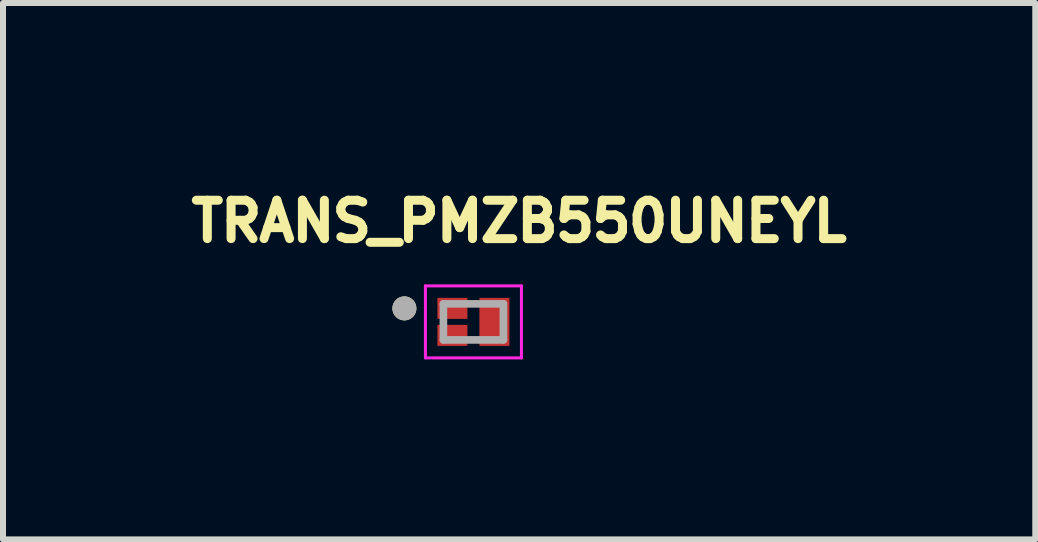
<source format=kicad_pcb>
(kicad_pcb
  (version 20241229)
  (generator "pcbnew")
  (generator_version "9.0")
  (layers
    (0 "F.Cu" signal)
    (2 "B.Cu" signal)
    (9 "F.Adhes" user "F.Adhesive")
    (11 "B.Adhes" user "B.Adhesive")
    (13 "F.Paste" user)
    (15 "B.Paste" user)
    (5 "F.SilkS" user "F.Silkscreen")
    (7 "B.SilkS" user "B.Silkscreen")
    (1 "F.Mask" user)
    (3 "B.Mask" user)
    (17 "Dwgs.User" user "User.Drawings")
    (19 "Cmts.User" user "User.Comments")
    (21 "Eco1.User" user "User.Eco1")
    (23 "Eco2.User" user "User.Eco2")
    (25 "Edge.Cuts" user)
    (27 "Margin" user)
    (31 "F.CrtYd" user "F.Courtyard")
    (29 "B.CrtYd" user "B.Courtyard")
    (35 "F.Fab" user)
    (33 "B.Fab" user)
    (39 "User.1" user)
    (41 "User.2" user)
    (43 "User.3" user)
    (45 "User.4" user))
  (footprint "TRANS_PMZB550UNEYL"
    (layer "F.Cu")
    (at 4.839 2.314)
    (property "Reference" "TRANS_PMZB550UNEYL" (at 0.762 -1.676 0) (layer "F.SilkS") (effects (font (size 0.64 0.64) (thickness 0.15))))
    (attr smd)
    (fp_poly (pts (xy -0.15 -0.3) (xy -0.15 -0.15) (xy -0.15 -0.147) (xy -0.15 -0.145) (xy -0.151 -0.142) (xy -0.151 -0.14) (xy -0.152 -0.137) (xy -0.152 -0.135) (xy -0.153 -0.132) (xy -0.154 -0.13) (xy -0.155 -0.127) (xy -0.157 -0.125) (xy -0.158 -0.123) (xy -0.16 -0.121) (xy -0.161 -0.119) (xy -0.163 -0.117) (xy -0.165 -0.115) (xy -0.167 -0.113) (xy -0.169 -0.111) (xy -0.171 -0.11) (xy -0.173 -0.108) (xy -0.175 -0.107) (xy -0.177 -0.105) (xy -0.18 -0.104) (xy -0.182 -0.103) (xy -0.185 -0.102) (xy -0.187 -0.102) (xy -0.19 -0.101) (xy -0.192 -0.101) (xy -0.195 -0.1) (xy -0.197 -0.1) (xy -0.2 -0.1) (xy -0.5 -0.1) (xy -0.503 -0.1) (xy -0.505 -0.1) (xy -0.508 -0.101) (xy -0.51 -0.101) (xy -0.513 -0.102) (xy -0.515 -0.102) (xy -0.518 -0.103) (xy -0.52 -0.104) (xy -0.523 -0.105) (xy -0.525 -0.107) (xy -0.527 -0.108) (xy -0.529 -0.11) (xy -0.531 -0.111) (xy -0.533 -0.113) (xy -0.535 -0.115) (xy -0.537 -0.117) (xy -0.539 -0.119) (xy -0.54 -0.121) (xy -0.542 -0.123) (xy -0.543 -0.125) (xy -0.545 -0.127) (xy -0.546 -0.13) (xy -0.547 -0.132) (xy -0.548 -0.135) (xy -0.548 -0.137) (xy -0.549 -0.14) (xy -0.549 -0.142) (xy -0.55 -0.145) (xy -0.55 -0.147) (xy -0.55 -0.15) (xy -0.55 -0.3) (xy -0.55 -0.303) (xy -0.55 -0.305) (xy -0.549 -0.308) (xy -0.549 -0.31) (xy -0.548 -0.313) (xy -0.548 -0.315) (xy -0.547 -0.318) (xy -0.546 -0.32) (xy -0.545 -0.323) (xy -0.543 -0.325) (xy -0.542 -0.327) (xy -0.54 -0.329) (xy -0.539 -0.331) (xy -0.537 -0.333) (xy -0.535 -0.335) (xy -0.533 -0.337) (xy -0.531 -0.339) (xy -0.529 -0.34) (xy -0.527 -0.342) (xy -0.525 -0.343) (xy -0.523 -0.345) (xy -0.52 -0.346) (xy -0.518 -0.347) (xy -0.515 -0.348) (xy -0.513 -0.348) (xy -0.51 -0.349) (xy -0.508 -0.349) (xy -0.505 -0.35) (xy -0.503 -0.35) (xy -0.5 -0.35) (xy -0.2 -0.35) (xy -0.197 -0.35) (xy -0.195 -0.35) (xy -0.192 -0.349) (xy -0.19 -0.349) (xy -0.187 -0.348) (xy -0.185 -0.348) (xy -0.182 -0.347) (xy -0.18 -0.346) (xy -0.177 -0.345) (xy -0.175 -0.343) (xy -0.173 -0.342) (xy -0.171 -0.34) (xy -0.169 -0.339) (xy -0.167 -0.337) (xy -0.165 -0.335) (xy -0.163 -0.333) (xy -0.161 -0.331) (xy -0.16 -0.329) (xy -0.158 -0.327) (xy -0.157 -0.325) (xy -0.155 -0.323) (xy -0.154 -0.32) (xy -0.153 -0.318) (xy -0.152 -0.315) (xy -0.152 -0.313) (xy -0.151 -0.31) (xy -0.151 -0.308) (xy -0.15 -0.305) (xy -0.15 -0.303) (xy -0.15 -0.3)) (stroke (width 0.01) (type solid)) (fill yes) (layer "F.Mask"))
    (fp_poly (pts (xy -0.15 0.15) (xy -0.15 0.3) (xy -0.15 0.303) (xy -0.15 0.305) (xy -0.151 0.308) (xy -0.151 0.31) (xy -0.152 0.313) (xy -0.152 0.315) (xy -0.153 0.318) (xy -0.154 0.32) (xy -0.155 0.323) (xy -0.157 0.325) (xy -0.158 0.327) (xy -0.16 0.329) (xy -0.161 0.331) (xy -0.163 0.333) (xy -0.165 0.335) (xy -0.167 0.337) (xy -0.169 0.339) (xy -0.171 0.34) (xy -0.173 0.342) (xy -0.175 0.343) (xy -0.177 0.345) (xy -0.18 0.346) (xy -0.182 0.347) (xy -0.185 0.348) (xy -0.187 0.348) (xy -0.19 0.349) (xy -0.192 0.349) (xy -0.195 0.35) (xy -0.197 0.35) (xy -0.2 0.35) (xy -0.5 0.35) (xy -0.503 0.35) (xy -0.505 0.35) (xy -0.508 0.349) (xy -0.51 0.349) (xy -0.513 0.348) (xy -0.515 0.348) (xy -0.518 0.347) (xy -0.52 0.346) (xy -0.523 0.345) (xy -0.525 0.343) (xy -0.527 0.342) (xy -0.529 0.34) (xy -0.531 0.339) (xy -0.533 0.337) (xy -0.535 0.335) (xy -0.537 0.333) (xy -0.539 0.331) (xy -0.54 0.329) (xy -0.542 0.327) (xy -0.543 0.325) (xy -0.545 0.323) (xy -0.546 0.32) (xy -0.547 0.318) (xy -0.548 0.315) (xy -0.548 0.313) (xy -0.549 0.31) (xy -0.549 0.308) (xy -0.55 0.305) (xy -0.55 0.303) (xy -0.55 0.3) (xy -0.55 0.15) (xy -0.55 0.147) (xy -0.55 0.145) (xy -0.549 0.142) (xy -0.549 0.14) (xy -0.548 0.137) (xy -0.548 0.135) (xy -0.547 0.132) (xy -0.546 0.13) (xy -0.545 0.127) (xy -0.543 0.125) (xy -0.542 0.123) (xy -0.54 0.121) (xy -0.539 0.119) (xy -0.537 0.117) (xy -0.535 0.115) (xy -0.533 0.113) (xy -0.531 0.111) (xy -0.529 0.11) (xy -0.527 0.108) (xy -0.525 0.107) (xy -0.523 0.105) (xy -0.52 0.104) (xy -0.518 0.103) (xy -0.515 0.102) (xy -0.513 0.102) (xy -0.51 0.101) (xy -0.508 0.101) (xy -0.505 0.1) (xy -0.503 0.1) (xy -0.5 0.1) (xy -0.2 0.1) (xy -0.197 0.1) (xy -0.195 0.1) (xy -0.192 0.101) (xy -0.19 0.101) (xy -0.187 0.102) (xy -0.185 0.102) (xy -0.182 0.103) (xy -0.18 0.104) (xy -0.177 0.105) (xy -0.175 0.107) (xy -0.173 0.108) (xy -0.171 0.11) (xy -0.169 0.111) (xy -0.167 0.113) (xy -0.165 0.115) (xy -0.163 0.117) (xy -0.161 0.119) (xy -0.16 0.121) (xy -0.158 0.123) (xy -0.157 0.125) (xy -0.155 0.127) (xy -0.154 0.13) (xy -0.153 0.132) (xy -0.152 0.135) (xy -0.152 0.137) (xy -0.151 0.14) (xy -0.151 0.142) (xy -0.15 0.145) (xy -0.15 0.147) (xy -0.15 0.15)) (stroke (width 0.01) (type solid)) (fill yes) (layer "F.Mask"))
    (fp_poly (pts (xy 0.5 0.35) (xy 0.2 0.35) (xy 0.197 0.35) (xy 0.195 0.35) (xy 0.192 0.349) (xy 0.19 0.349) (xy 0.187 0.348) (xy 0.185 0.348) (xy 0.182 0.347) (xy 0.18 0.346) (xy 0.177 0.345) (xy 0.175 0.343) (xy 0.173 0.342) (xy 0.171 0.34) (xy 0.169 0.339) (xy 0.167 0.337) (xy 0.165 0.335) (xy 0.163 0.333) (xy 0.161 0.331) (xy 0.16 0.329) (xy 0.158 0.327) (xy 0.157 0.325) (xy 0.155 0.323) (xy 0.154 0.32) (xy 0.153 0.318) (xy 0.152 0.315) (xy 0.152 0.313) (xy 0.151 0.31) (xy 0.151 0.308) (xy 0.15 0.305) (xy 0.15 0.303) (xy 0.15 0.3) (xy 0.15 -0.3) (xy 0.15 -0.303) (xy 0.15 -0.305) (xy 0.151 -0.308) (xy 0.151 -0.31) (xy 0.152 -0.313) (xy 0.152 -0.315) (xy 0.153 -0.318) (xy 0.154 -0.32) (xy 0.155 -0.323) (xy 0.157 -0.325) (xy 0.158 -0.327) (xy 0.16 -0.329) (xy 0.161 -0.331) (xy 0.163 -0.333) (xy 0.165 -0.335) (xy 0.167 -0.337) (xy 0.169 -0.339) (xy 0.171 -0.34) (xy 0.173 -0.342) (xy 0.175 -0.343) (xy 0.177 -0.345) (xy 0.18 -0.346) (xy 0.182 -0.347) (xy 0.185 -0.348) (xy 0.187 -0.348) (xy 0.19 -0.349) (xy 0.192 -0.349) (xy 0.195 -0.35) (xy 0.197 -0.35) (xy 0.2 -0.35) (xy 0.5 -0.35) (xy 0.503 -0.35) (xy 0.505 -0.35) (xy 0.508 -0.349) (xy 0.51 -0.349) (xy 0.513 -0.348) (xy 0.515 -0.348) (xy 0.518 -0.347) (xy 0.52 -0.346) (xy 0.523 -0.345) (xy 0.525 -0.343) (xy 0.527 -0.342) (xy 0.529 -0.34) (xy 0.531 -0.339) (xy 0.533 -0.337) (xy 0.535 -0.335) (xy 0.537 -0.333) (xy 0.539 -0.331) (xy 0.54 -0.329) (xy 0.542 -0.327) (xy 0.543 -0.325) (xy 0.545 -0.323) (xy 0.546 -0.32) (xy 0.547 -0.318) (xy 0.548 -0.315) (xy 0.548 -0.313) (xy 0.549 -0.31) (xy 0.549 -0.308) (xy 0.55 -0.305) (xy 0.55 -0.303) (xy 0.55 -0.3) (xy 0.55 0.3) (xy 0.55 0.303) (xy 0.55 0.305) (xy 0.549 0.308) (xy 0.549 0.31) (xy 0.548 0.313) (xy 0.548 0.315) (xy 0.547 0.318) (xy 0.546 0.32) (xy 0.545 0.323) (xy 0.543 0.325) (xy 0.542 0.327) (xy 0.54 0.329) (xy 0.539 0.331) (xy 0.537 0.333) (xy 0.535 0.335) (xy 0.533 0.337) (xy 0.531 0.339) (xy 0.529 0.34) (xy 0.527 0.342) (xy 0.525 0.343) (xy 0.523 0.345) (xy 0.52 0.346) (xy 0.518 0.347) (xy 0.515 0.348) (xy 0.513 0.348) (xy 0.51 0.349) (xy 0.508 0.349) (xy 0.505 0.35) (xy 0.503 0.35) (xy 0.5 0.35)) (stroke (width 0.01) (type solid)) (fill yes) (layer "F.Mask"))
    (fp_circle (center -1.15 -0.225) (end -1.05 -0.225) (stroke (width 0.2) (type solid)) (fill no) (layer "F.SilkS"))
    (fp_poly (pts (xy 0.2 -0.3) (xy 0.5 -0.3) (xy 0.5 0.3) (xy 0.2 0.3)) (stroke (width 0.01) (type solid)) (fill yes) (layer "F.Paste"))
    (fp_poly (pts (xy -0.2 -0.3) (xy -0.2 -0.15) (xy -0.2 -0.147) (xy -0.2 -0.145) (xy -0.201 -0.142) (xy -0.201 -0.14) (xy -0.202 -0.137) (xy -0.202 -0.135) (xy -0.203 -0.132) (xy -0.204 -0.13) (xy -0.205 -0.127) (xy -0.207 -0.125) (xy -0.208 -0.123) (xy -0.21 -0.121) (xy -0.211 -0.119) (xy -0.213 -0.117) (xy -0.215 -0.115) (xy -0.217 -0.113) (xy -0.219 -0.111) (xy -0.221 -0.11) (xy -0.223 -0.108) (xy -0.225 -0.107) (xy -0.227 -0.105) (xy -0.23 -0.104) (xy -0.232 -0.103) (xy -0.235 -0.102) (xy -0.237 -0.102) (xy -0.24 -0.101) (xy -0.242 -0.101) (xy -0.245 -0.1) (xy -0.247 -0.1) (xy -0.25 -0.1) (xy -0.45 -0.1) (xy -0.453 -0.1) (xy -0.455 -0.1) (xy -0.458 -0.101) (xy -0.46 -0.101) (xy -0.463 -0.102) (xy -0.465 -0.102) (xy -0.468 -0.103) (xy -0.47 -0.104) (xy -0.473 -0.105) (xy -0.475 -0.107) (xy -0.477 -0.108) (xy -0.479 -0.11) (xy -0.481 -0.111) (xy -0.483 -0.113) (xy -0.485 -0.115) (xy -0.487 -0.117) (xy -0.489 -0.119) (xy -0.49 -0.121) (xy -0.492 -0.123) (xy -0.493 -0.125) (xy -0.495 -0.127) (xy -0.496 -0.13) (xy -0.497 -0.132) (xy -0.498 -0.135) (xy -0.498 -0.137) (xy -0.499 -0.14) (xy -0.499 -0.142) (xy -0.5 -0.145) (xy -0.5 -0.147) (xy -0.5 -0.15) (xy -0.5 -0.3) (xy -0.5 -0.303) (xy -0.5 -0.305) (xy -0.499 -0.308) (xy -0.499 -0.31) (xy -0.498 -0.313) (xy -0.498 -0.315) (xy -0.497 -0.318) (xy -0.496 -0.32) (xy -0.495 -0.323) (xy -0.493 -0.325) (xy -0.492 -0.327) (xy -0.49 -0.329) (xy -0.489 -0.331) (xy -0.487 -0.333) (xy -0.485 -0.335) (xy -0.483 -0.337) (xy -0.481 -0.339) (xy -0.479 -0.34) (xy -0.477 -0.342) (xy -0.475 -0.343) (xy -0.473 -0.345) (xy -0.47 -0.346) (xy -0.468 -0.347) (xy -0.465 -0.348) (xy -0.463 -0.348) (xy -0.46 -0.349) (xy -0.458 -0.349) (xy -0.455 -0.35) (xy -0.453 -0.35) (xy -0.45 -0.35) (xy -0.25 -0.35) (xy -0.247 -0.35) (xy -0.245 -0.35) (xy -0.242 -0.349) (xy -0.24 -0.349) (xy -0.237 -0.348) (xy -0.235 -0.348) (xy -0.232 -0.347) (xy -0.23 -0.346) (xy -0.227 -0.345) (xy -0.225 -0.343) (xy -0.223 -0.342) (xy -0.221 -0.34) (xy -0.219 -0.339) (xy -0.217 -0.337) (xy -0.215 -0.335) (xy -0.213 -0.333) (xy -0.211 -0.331) (xy -0.21 -0.329) (xy -0.208 -0.327) (xy -0.207 -0.325) (xy -0.205 -0.323) (xy -0.204 -0.32) (xy -0.203 -0.318) (xy -0.202 -0.315) (xy -0.202 -0.313) (xy -0.201 -0.31) (xy -0.201 -0.308) (xy -0.2 -0.305) (xy -0.2 -0.303) (xy -0.2 -0.3)) (stroke (width 0.01) (type solid)) (fill yes) (layer "F.Paste"))
    (fp_poly (pts (xy -0.2 0.15) (xy -0.2 0.3) (xy -0.2 0.303) (xy -0.2 0.305) (xy -0.201 0.308) (xy -0.201 0.31) (xy -0.202 0.313) (xy -0.202 0.315) (xy -0.203 0.318) (xy -0.204 0.32) (xy -0.205 0.323) (xy -0.207 0.325) (xy -0.208 0.327) (xy -0.21 0.329) (xy -0.211 0.331) (xy -0.213 0.333) (xy -0.215 0.335) (xy -0.217 0.337) (xy -0.219 0.339) (xy -0.221 0.34) (xy -0.223 0.342) (xy -0.225 0.343) (xy -0.227 0.345) (xy -0.23 0.346) (xy -0.232 0.347) (xy -0.235 0.348) (xy -0.237 0.348) (xy -0.24 0.349) (xy -0.242 0.349) (xy -0.245 0.35) (xy -0.247 0.35) (xy -0.25 0.35) (xy -0.45 0.35) (xy -0.453 0.35) (xy -0.455 0.35) (xy -0.458 0.349) (xy -0.46 0.349) (xy -0.463 0.348) (xy -0.465 0.348) (xy -0.468 0.347) (xy -0.47 0.346) (xy -0.473 0.345) (xy -0.475 0.343) (xy -0.477 0.342) (xy -0.479 0.34) (xy -0.481 0.339) (xy -0.483 0.337) (xy -0.485 0.335) (xy -0.487 0.333) (xy -0.489 0.331) (xy -0.49 0.329) (xy -0.492 0.327) (xy -0.493 0.325) (xy -0.495 0.323) (xy -0.496 0.32) (xy -0.497 0.318) (xy -0.498 0.315) (xy -0.498 0.313) (xy -0.499 0.31) (xy -0.499 0.308) (xy -0.5 0.305) (xy -0.5 0.303) (xy -0.5 0.3) (xy -0.5 0.15) (xy -0.5 0.147) (xy -0.5 0.145) (xy -0.499 0.142) (xy -0.499 0.14) (xy -0.498 0.137) (xy -0.498 0.135) (xy -0.497 0.132) (xy -0.496 0.13) (xy -0.495 0.127) (xy -0.493 0.125) (xy -0.492 0.123) (xy -0.49 0.121) (xy -0.489 0.119) (xy -0.487 0.117) (xy -0.485 0.115) (xy -0.483 0.113) (xy -0.481 0.111) (xy -0.479 0.11) (xy -0.477 0.108) (xy -0.475 0.107) (xy -0.473 0.105) (xy -0.47 0.104) (xy -0.468 0.103) (xy -0.465 0.102) (xy -0.463 0.102) (xy -0.46 0.101) (xy -0.458 0.101) (xy -0.455 0.1) (xy -0.453 0.1) (xy -0.45 0.1) (xy -0.25 0.1) (xy -0.247 0.1) (xy -0.245 0.1) (xy -0.242 0.101) (xy -0.24 0.101) (xy -0.237 0.102) (xy -0.235 0.102) (xy -0.232 0.103) (xy -0.23 0.104) (xy -0.227 0.105) (xy -0.225 0.107) (xy -0.223 0.108) (xy -0.221 0.11) (xy -0.219 0.111) (xy -0.217 0.113) (xy -0.215 0.115) (xy -0.213 0.117) (xy -0.211 0.119) (xy -0.21 0.121) (xy -0.208 0.123) (xy -0.207 0.125) (xy -0.205 0.127) (xy -0.204 0.13) (xy -0.203 0.132) (xy -0.202 0.135) (xy -0.202 0.137) (xy -0.201 0.14) (xy -0.201 0.142) (xy -0.2 0.145) (xy -0.2 0.147) (xy -0.2 0.15)) (stroke (width 0.01) (type solid)) (fill yes) (layer "F.Paste"))
    (fp_line (start -0.8 -0.6) (end 0.8 -0.6) (stroke (width 0.05) (type solid)) (layer "F.CrtYd"))
    (fp_line (start -0.8 0.6) (end -0.8 -0.6) (stroke (width 0.05) (type solid)) (layer "F.CrtYd"))
    (fp_line (start 0.8 -0.6) (end 0.8 0.6) (stroke (width 0.05) (type solid)) (layer "F.CrtYd"))
    (fp_line (start 0.8 0.6) (end -0.8 0.6) (stroke (width 0.05) (type solid)) (layer "F.CrtYd"))
    (fp_line (start -0.5 -0.3) (end 0.5 -0.3) (stroke (width 0.127) (type solid)) (layer "F.Fab"))
    (fp_line (start -0.5 0.3) (end -0.5 -0.3) (stroke (width 0.127) (type solid)) (layer "F.Fab"))
    (fp_line (start 0.5 -0.3) (end 0.5 0.3) (stroke (width 0.127) (type solid)) (layer "F.Fab"))
    (fp_line (start 0.5 0.3) (end -0.5 0.3) (stroke (width 0.127) (type solid)) (layer "F.Fab"))
    (fp_circle (center -1.15 -0.225) (end -1.05 -0.225) (stroke (width 0.2) (type solid)) (fill no) (layer "F.Fab"))
    (pad "1" smd rect (at -0.35 -0.225) (size 0.5 0.35) (layers "F.Cu"))
    (pad "2" smd rect (at -0.35 0.225) (size 0.5 0.35) (layers "F.Cu"))
    (pad "3" smd rect (at 0.35 0) (size 0.5 0.8) (layers "F.Cu")))
  (gr_rect
    (start -3 -3)
    (end 14.202 5.939)
    (stroke (width 0.1) (type default))
    (fill no)
    (layer "Edge.Cuts")))
</source>
